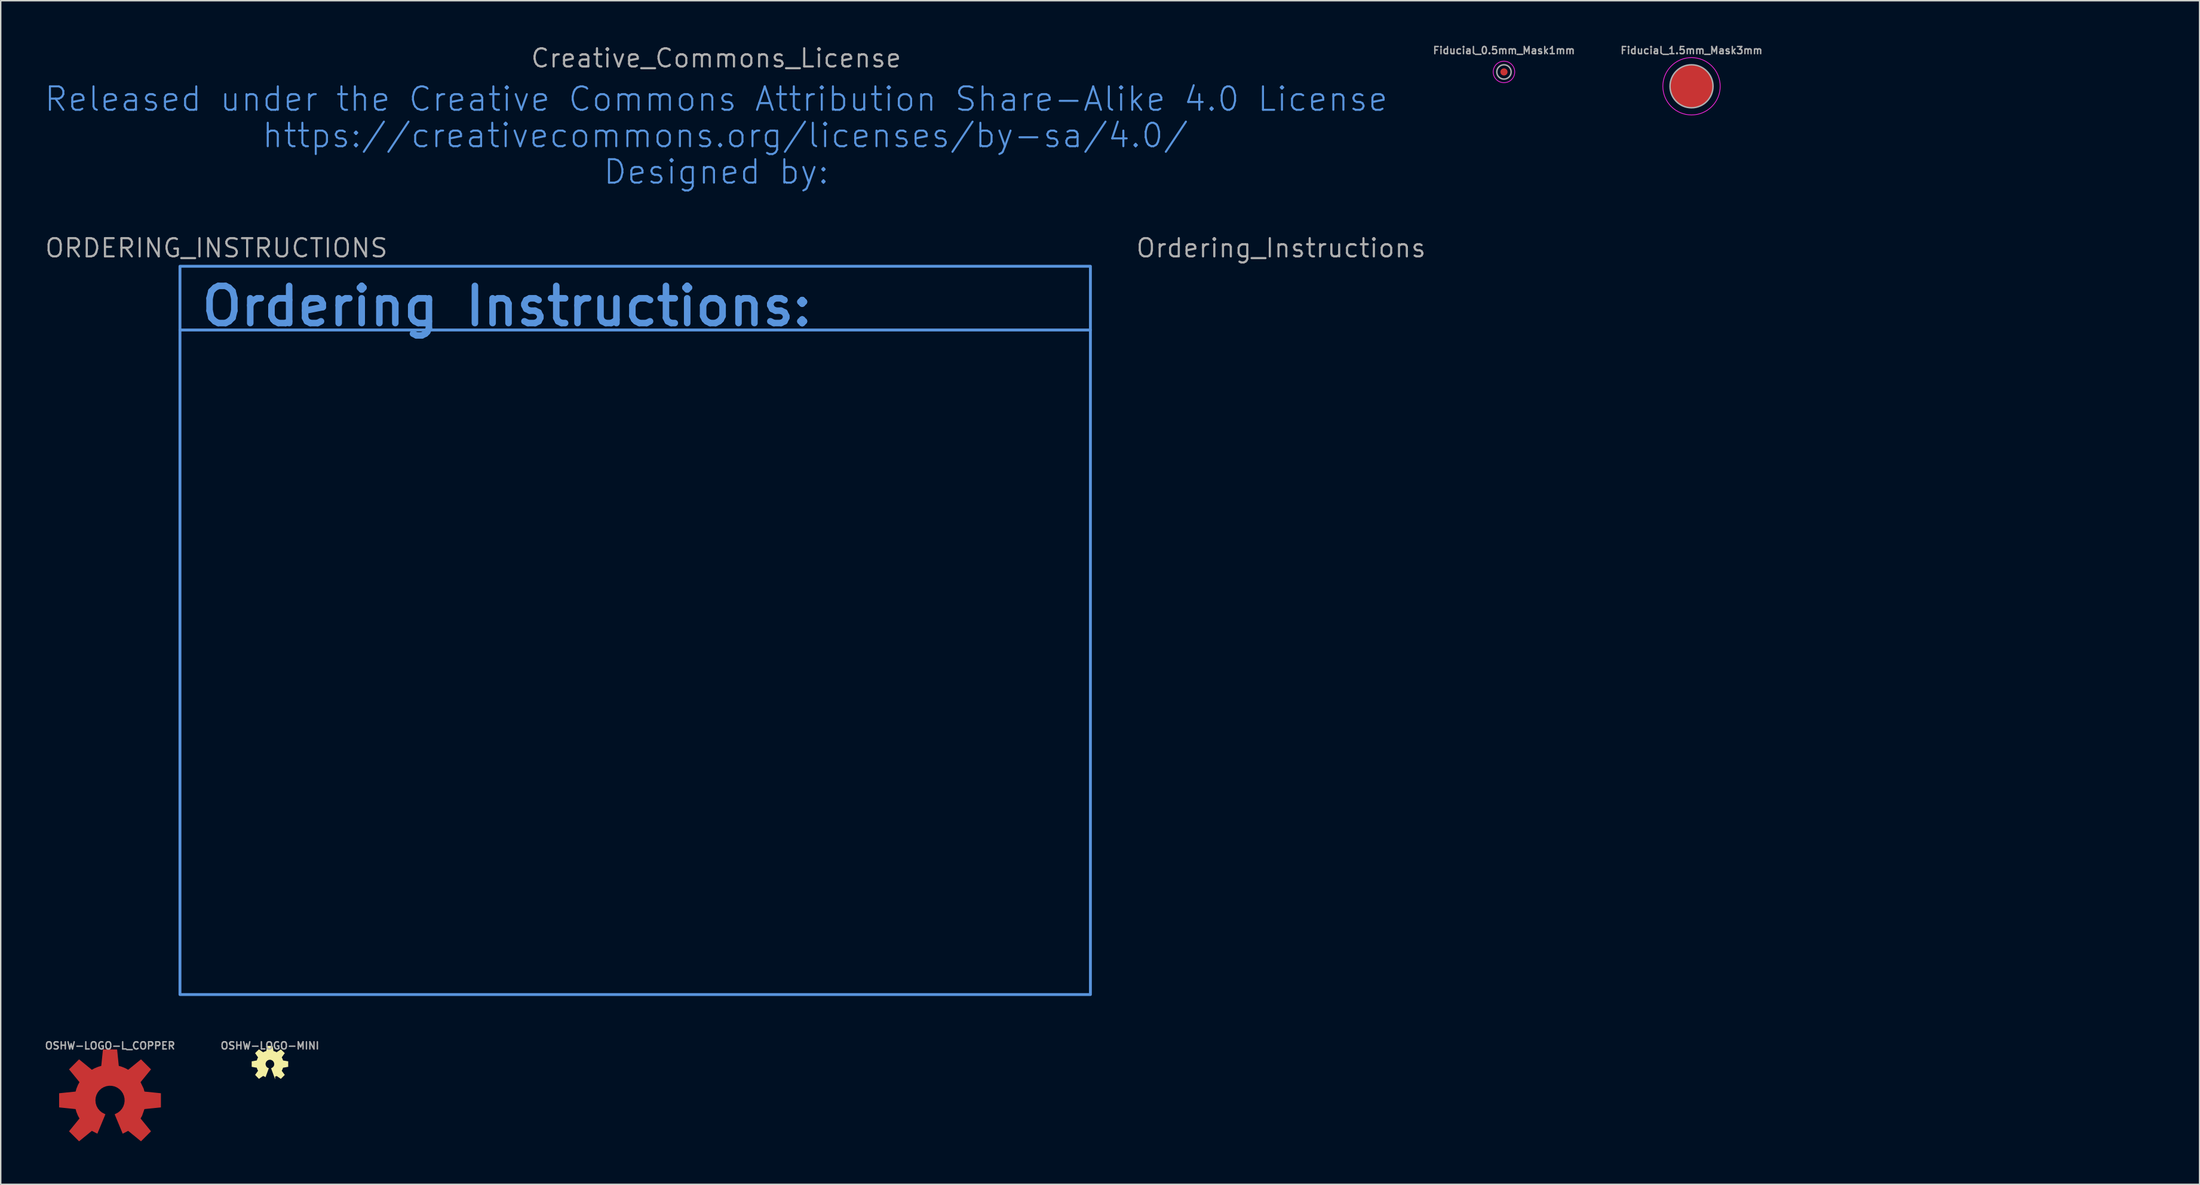
<source format=kicad_pcb>
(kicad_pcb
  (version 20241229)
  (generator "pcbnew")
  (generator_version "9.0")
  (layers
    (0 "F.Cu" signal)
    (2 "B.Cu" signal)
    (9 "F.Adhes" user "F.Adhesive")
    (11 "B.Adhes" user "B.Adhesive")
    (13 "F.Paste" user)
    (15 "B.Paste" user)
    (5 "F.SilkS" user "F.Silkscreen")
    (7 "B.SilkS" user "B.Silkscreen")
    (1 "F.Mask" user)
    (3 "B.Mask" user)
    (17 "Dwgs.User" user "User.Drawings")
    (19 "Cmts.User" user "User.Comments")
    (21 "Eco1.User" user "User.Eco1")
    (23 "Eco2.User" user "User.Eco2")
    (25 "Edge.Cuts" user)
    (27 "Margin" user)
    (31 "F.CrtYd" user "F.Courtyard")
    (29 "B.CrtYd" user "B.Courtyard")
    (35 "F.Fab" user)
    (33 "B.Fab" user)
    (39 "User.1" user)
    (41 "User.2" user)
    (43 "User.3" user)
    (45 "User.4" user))
  (footprint "OSHW-LOGO-MINI"
    (layer "F.Cu")
    (at 15.776 71.161)
    (property "Reference" "OSHW-LOGO-MINI" (at 0 -1.27 0) (layer "F.Fab") (effects (font (size 0.5 0.5) (thickness 0.1))))
    (fp_poly (pts (xy 0.249 -0.904) (xy 0.266 -0.895) (xy 0.276 -0.895) (xy 0.296 -0.885) (xy 0.306 -0.885) (xy 0.326 -0.875) (xy 0.352 -0.875) (xy 0.369 -0.859) (xy 0.376 -0.855) (xy 0.386 -0.855) (xy 0.419 -0.839) (xy 0.429 -0.829) (xy 0.436 -0.825) (xy 0.446 -0.825) (xy 0.468 -0.814) (xy 0.761 -1.016) (xy 1.037 -0.752) (xy 0.824 -0.458) (xy 0.828 -0.45) (xy 0.845 -0.433) (xy 0.845 -0.413) (xy 0.848 -0.41) (xy 0.858 -0.39) (xy 0.875 -0.373) (xy 0.875 -0.353) (xy 0.885 -0.343) (xy 0.885 -0.316) (xy 0.888 -0.31) (xy 0.905 -0.293) (xy 0.905 -0.273) (xy 0.915 -0.263) (xy 0.915 -0.24) (xy 1.275 -0.18) (xy 1.275 0.205) (xy 0.915 0.266) (xy 0.915 0.272) (xy 0.905 0.292) (xy 0.905 0.302) (xy 0.895 0.322) (xy 0.895 0.332) (xy 0.875 0.372) (xy 0.875 0.382) (xy 0.858 0.415) (xy 0.848 0.425) (xy 0.845 0.432) (xy 0.845 0.442) (xy 0.828 0.475) (xy 0.822 0.48) (xy 1.037 0.766) (xy 0.761 1.042) (xy 0.465 0.838) (xy 0.452 0.851) (xy 0.442 0.851) (xy 0.432 0.861) (xy 0.412 0.861) (xy 0.402 0.871) (xy 0.392 0.871) (xy 0.382 0.881) (xy 0.372 0.881) (xy 0.365 0.888) (xy 0.365 1.075) (xy 0.079 0.304) (xy 0.164 0.261) (xy 0.184 0.241) (xy 0.204 0.231) (xy 0.235 0.2) (xy 0.245 0.18) (xy 0.265 0.16) (xy 0.271 0.148) (xy 0.281 0.118) (xy 0.289 0.104) (xy 0.289 0.086) (xy 0.299 0.056) (xy 0.299 -0.021) (xy 0.289 -0.051) (xy 0.289 -0.076) (xy 0.272 -0.101) (xy 0.262 -0.131) (xy 0.227 -0.183) (xy 0.192 -0.218) (xy 0.14 -0.253) (xy 0.11 -0.263) (xy 0.085 -0.279) (xy 0.06 -0.279) (xy 0.03 -0.289) (xy -0.029 -0.289) (xy -0.069 -0.279) (xy -0.092 -0.279) (xy -0.117 -0.263) (xy -0.147 -0.253) (xy -0.169 -0.238) (xy -0.189 -0.218) (xy -0.219 -0.198) (xy -0.234 -0.183) (xy -0.269 -0.131) (xy -0.305 -0.021) (xy -0.305 0.026) (xy -0.295 0.056) (xy -0.295 0.084) (xy -0.278 0.118) (xy -0.268 0.148) (xy -0.252 0.18) (xy -0.232 0.2) (xy -0.222 0.22) (xy -0.211 0.231) (xy -0.191 0.241) (xy -0.171 0.261) (xy -0.139 0.277) (xy -0.074 0.299) (xy -0.308 0.931) (xy -0.349 0.891) (xy -0.369 0.891) (xy -0.379 0.881) (xy -0.389 0.881) (xy -0.399 0.871) (xy -0.409 0.871) (xy -0.419 0.861) (xy -0.429 0.861) (xy -0.439 0.851) (xy -0.449 0.851) (xy -0.459 0.841) (xy -0.469 0.841) (xy -0.472 0.838) (xy -0.768 1.042) (xy -1.033 0.766) (xy -0.828 0.479) (xy -0.831 0.472) (xy -0.831 0.462) (xy -0.835 0.455) (xy -0.845 0.445) (xy -0.855 0.425) (xy -0.871 0.408) (xy -0.871 0.388) (xy -0.881 0.378) (xy -0.881 0.352) (xy -0.885 0.345) (xy -0.901 0.328) (xy -0.901 0.308) (xy -0.911 0.298) (xy -0.911 0.272) (xy -0.914 0.266) (xy -1.271 0.205) (xy -1.271 -0.179) (xy -0.92 -0.24) (xy -0.911 -0.256) (xy -0.911 -0.266) (xy -0.901 -0.286) (xy -0.901 -0.296) (xy -0.881 -0.336) (xy -0.881 -0.346) (xy -0.865 -0.38) (xy -0.861 -0.383) (xy -0.861 -0.403) (xy -0.845 -0.42) (xy -0.835 -0.44) (xy -0.831 -0.443) (xy -0.831 -0.46) (xy -1.033 -0.752) (xy -0.768 -1.017) (xy -0.472 -0.813) (xy -0.459 -0.825) (xy -0.439 -0.825) (xy -0.436 -0.829) (xy -0.416 -0.839) (xy -0.399 -0.855) (xy -0.379 -0.855) (xy -0.376 -0.859) (xy -0.342 -0.875) (xy -0.332 -0.875) (xy -0.312 -0.885) (xy -0.299 -0.885) (xy -0.289 -0.895) (xy -0.262 -0.895) (xy -0.257 -0.898) (xy -0.195 -1.255) (xy 0.189 -1.255)) (stroke (width 0) (type default)) (fill yes) (layer "F.SilkS")))
  (footprint "Fiducial_0.5mm_Mask1mm"
    (layer "F.Cu")
    (at 101.846 1.968)
    (property "Reference" "Fiducial_0.5mm_Mask1mm" (at 0 -1.5 0) (layer "F.Fab") (effects (font (size 0.5 0.5) (thickness 0.1))))
    (attr smd)
    (fp_circle (center 0 0) (end 0.75 0) (stroke (width 0.05) (type solid)) (fill no) (layer "F.CrtYd"))
    (fp_circle (center 0 0) (end 0.5 0) (stroke (width 0.1) (type solid)) (fill no) (layer "F.Fab"))
    (pad "" smd circle (at 0 0) (size 0.5 0.5) (layers "F.Cu" "F.Mask")))
  (footprint "Ordering_Instructions"
    (layer "F.Cu")
    (at 83.761 15.523)
    (property "Reference" "Ordering_Instructions" (at 2.54 -1.27 0) (layer "F.Fab") (effects (font (size 1.27 1.27) (thickness 0.15))))
    (fp_line (start 0 4.445) (end 63.5 4.445) (stroke (width 0.203) (type solid)) (layer "User.1"))
    (fp_rect (start 0 0) (end 63.5 50.8) (stroke (width 0.2) (type default)) (fill no) (layer "User.1"))
    (fp_text user "Ordering Instructions:" (at 1.27 1.27 0) (layer "User.1") (effects (font (size 2.591 2.591) (thickness 0.457)) (justify left top))))
  (footprint "ORDERING_INSTRUCTIONS"
    (layer "F.Cu")
    (at 9.502 15.523)
    (property "Reference" "ORDERING_INSTRUCTIONS" (at 2.54 -1.27 0) (layer "F.Fab") (effects (font (size 1.27 1.27) (thickness 0.15))))
    (fp_line (start 0 4.445) (end 63.5 4.445) (stroke (width 0.203) (type solid)) (layer "Cmts.User"))
    (fp_rect (start 0 0) (end 63.5 50.8) (stroke (width 0.2) (type default)) (fill no) (layer "Cmts.User"))
    (fp_text user "Ordering Instructions:" (at 1.27 1.27 0) (layer "Cmts.User") (effects (font (size 2.591 2.591) (thickness 0.457)) (justify left top))))
  (footprint "Fiducial_1.5mm_Mask3mm"
    (layer "F.Cu")
    (at 114.927 2.968)
    (property "Reference" "Fiducial_1.5mm_Mask3mm" (at 0 -2.5 0) (layer "F.Fab") (effects (font (size 0.5 0.5) (thickness 0.1))))
    (attr smd)
    (fp_circle (center 0 0) (end 2 0) (stroke (width 0.05) (type solid)) (fill no) (layer "F.CrtYd"))
    (fp_circle (center 0 0) (end 1.5 0) (stroke (width 0.1) (type solid)) (fill no) (layer "F.Fab"))
    (pad "" smd circle (at 0 0) (size 3 3) (layers "F.Cu" "F.Mask")))
  (footprint "OSHW-LOGO-L_COPPER"
    (layer "F.Cu")
    (at 4.624 73.701)
    (property "Reference" "OSHW-LOGO-L_COPPER" (at 0 -3.81 0) (layer "F.Fab") (effects (font (size 0.5 0.5) (thickness 0.1))))
    (fp_poly (pts (xy 0.611 -2.403) (xy 0.821 -2.341) (xy 1.075 -2.237) (xy 1.267 -2.131) (xy 2.16 -2.859) (xy 2.859 -2.16) (xy 2.129 -1.265) (xy 2.341 -0.823) (xy 2.403 -0.611) (xy 3.549 -0.494) (xy 3.549 0.494) (xy 2.4 0.611) (xy 2.238 1.073) (xy 2.131 1.267) (xy 2.859 2.16) (xy 2.16 2.859) (xy 1.266 2.13) (xy 0.883 2.327) (xy 0.323 0.976) (xy 0.559 0.852) (xy 0.708 0.732) (xy 0.832 0.587) (xy 0.927 0.422) (xy 0.989 0.241) (xy 1.017 0.052) (xy 1.009 -0.139) (xy 0.965 -0.325) (xy 0.888 -0.499) (xy 0.779 -0.656) (xy 0.643 -0.79) (xy 0.484 -0.896) (xy 0.308 -0.971) (xy 0.121 -1.011) (xy -0.07 -1.016) (xy -0.258 -0.985) (xy -0.437 -0.92) (xy -0.601 -0.822) (xy -0.744 -0.695) (xy -0.861 -0.544) (xy -0.947 -0.374) (xy -1.001 -0.19) (xy -1.018 -0.000157) (xy -0.999 0.199) (xy -0.941 0.39) (xy -0.847 0.566) (xy -0.72 0.72) (xy -0.566 0.847) (xy -0.323 0.976) (xy -0.883 2.327) (xy -1.266 2.13) (xy -2.16 2.859) (xy -2.859 2.16) (xy -2.131 1.267) (xy -2.237 1.075) (xy -2.341 0.821) (xy -2.403 0.611) (xy -3.549 0.494) (xy -3.549 -0.494) (xy -2.403 -0.611) (xy -2.341 -0.821) (xy -2.237 -1.075) (xy -2.131 -1.267) (xy -2.859 -2.16) (xy -2.16 -2.859) (xy -1.267 -2.131) (xy -1.075 -2.237) (xy -0.821 -2.341) (xy -0.611 -2.403) (xy -0.494 -3.549) (xy 0.494 -3.549)) (stroke (width 0) (type default)) (fill yes) (layer "F.Cu")))
  (footprint "Creative_Commons_License"
    (layer "F.Cu")
    (at 46.903 6.086)
    (property "Reference" "Creative_Commons_License" (at 0 -5.08 0) (layer "F.Fab") (effects (font (size 1.27 1.27) (thickness 0.15))))
    (fp_text user " https://creativecommons.org/licenses/by-sa/4.0/" (at 0 1.27 0) (layer "Cmts.User") (effects (font (size 1.636 1.636) (thickness 0.142)) (justify bottom)))
    (fp_text user "Released under the Creative Commons Attribution Share-Alike 4.0 License" (at 0 -1.27 0) (layer "Cmts.User") (effects (font (size 1.636 1.636) (thickness 0.142)) (justify bottom)))
    (fp_text user "Designed by:" (at 0 3.81 0) (layer "Cmts.User") (effects (font (size 1.636 1.636) (thickness 0.142)) (justify bottom))))
  (gr_rect
    (start -3 -3)
    (end 150.363 79.56)
    (stroke (width 0.1) (type default))
    (fill no)
    (layer "Edge.Cuts")))
</source>
